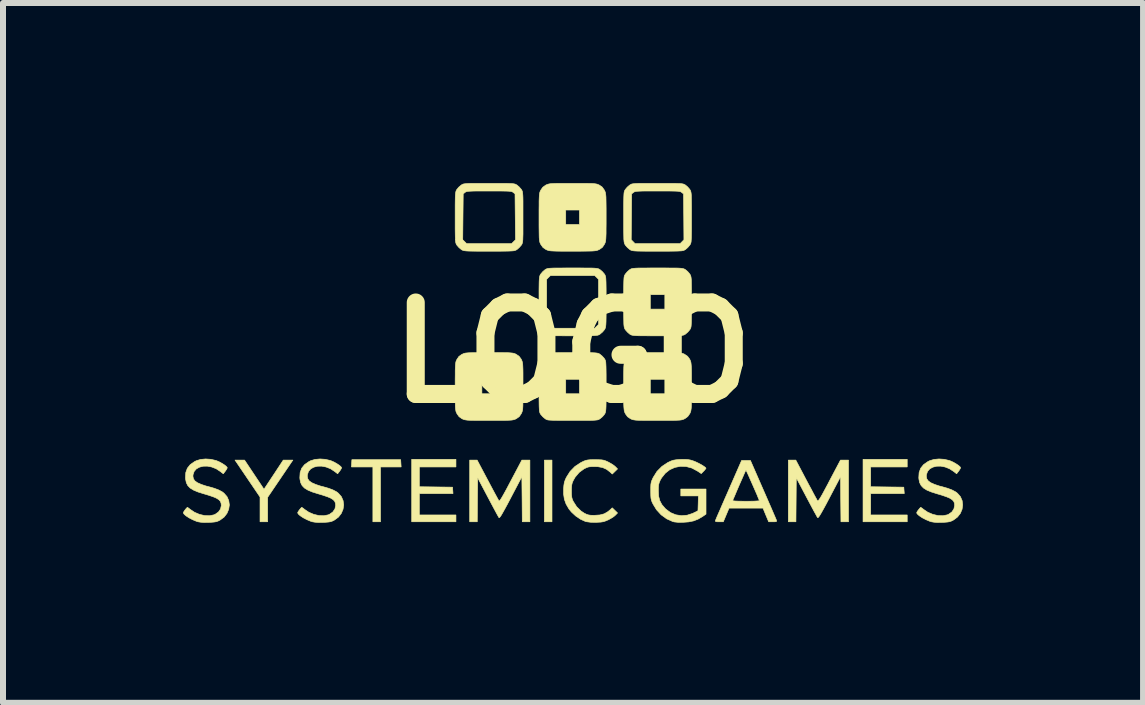
<source format=kicad_pcb>
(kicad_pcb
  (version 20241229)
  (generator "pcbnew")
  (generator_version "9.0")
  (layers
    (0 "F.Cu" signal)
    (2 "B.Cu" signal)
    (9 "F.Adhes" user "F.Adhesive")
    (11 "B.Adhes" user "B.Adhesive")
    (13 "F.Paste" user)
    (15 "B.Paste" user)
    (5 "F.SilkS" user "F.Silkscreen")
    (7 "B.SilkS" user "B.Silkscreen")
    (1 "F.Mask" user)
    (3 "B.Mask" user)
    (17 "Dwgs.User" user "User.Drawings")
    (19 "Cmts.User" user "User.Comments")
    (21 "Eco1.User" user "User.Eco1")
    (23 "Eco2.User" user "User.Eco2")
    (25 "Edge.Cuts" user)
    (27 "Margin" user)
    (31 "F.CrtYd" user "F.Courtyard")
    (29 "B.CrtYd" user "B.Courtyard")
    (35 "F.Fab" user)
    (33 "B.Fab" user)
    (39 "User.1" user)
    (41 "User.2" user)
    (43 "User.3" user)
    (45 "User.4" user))
  (footprint "LOGO"
    (layer "F.Cu")
    (at 6.489 2.824)
    (property "Reference" "LOGO" (at 0 0 0) (layer "F.SilkS") (effects (font (size 1.524 1.524) (thickness 0.3))))
    (attr through_hole)
    (fp_poly (pts (xy -0.343 2.819) (xy -0.47 2.819) (xy -0.47 1.791) (xy -0.343 1.791) (xy -0.343 2.819)) (stroke (width 0.01) (type solid)) (fill yes) (layer "F.SilkS"))
    (fp_poly (pts (xy -2.86 1.845) (xy -2.856 1.905) (xy -3.2 1.905) (xy -3.2 2.819) (xy -3.327 2.819) (xy -3.327 1.905) (xy -3.684 1.905) (xy -3.677 1.784) (xy -2.864 1.784) (xy -2.86 1.845)) (stroke (width 0.01) (type solid)) (fill yes) (layer "F.SilkS"))
    (fp_poly (pts (xy -1.943 1.905) (xy -2.553 1.905) (xy -2.553 2.235) (xy -2 2.242) (xy -1.992 2.349) (xy -2.553 2.349) (xy -2.553 2.705) (xy -1.943 2.705) (xy -1.943 2.819) (xy -2.68 2.819) (xy -2.68 1.778) (xy -1.943 1.778) (xy -1.943 1.905)) (stroke (width 0.01) (type solid)) (fill yes) (layer "F.SilkS"))
    (fp_poly (pts (xy 5.575 1.905) (xy 4.966 1.905) (xy 4.966 2.235) (xy 5.518 2.242) (xy 5.526 2.349) (xy 4.966 2.349) (xy 4.966 2.705) (xy 5.575 2.705) (xy 5.575 2.819) (xy 4.839 2.819) (xy 4.839 1.778) (xy 5.575 1.778) (xy 5.575 1.905)) (stroke (width 0.01) (type solid)) (fill yes) (layer "F.SilkS"))
    (fp_poly (pts (xy -5.303 2.034) (xy -5.141 2.277) (xy -4.98 2.034) (xy -4.82 1.791) (xy -4.74 1.791) (xy -4.66 1.791) (xy -4.87 2.101) (xy -5.08 2.411) (xy -5.08 2.819) (xy -5.207 2.819) (xy -5.207 2.406) (xy -5.416 2.098) (xy -5.624 1.791) (xy -5.465 1.791) (xy -5.303 2.034)) (stroke (width 0.01) (type solid)) (fill yes) (layer "F.SilkS"))
    (fp_poly (pts (xy -1.415 2.121) (xy -1.37 2.206) (xy -1.329 2.283) (xy -1.292 2.352) (xy -1.262 2.407) (xy -1.24 2.447) (xy -1.228 2.468) (xy -1.227 2.47) (xy -1.221 2.471) (xy -1.21 2.461) (xy -1.194 2.439) (xy -1.172 2.403) (xy -1.142 2.35) (xy -1.103 2.279) (xy -1.055 2.188) (xy -1.029 2.139) (xy -0.845 1.791) (xy -0.711 1.791) (xy -0.711 2.819) (xy -0.838 2.819) (xy -0.841 2.444) (xy -0.845 2.068) (xy -1.029 2.418) (xy -1.082 2.519) (xy -1.125 2.598) (xy -1.159 2.659) (xy -1.184 2.703) (xy -1.203 2.732) (xy -1.216 2.747) (xy -1.224 2.751) (xy -1.227 2.749) (xy -1.236 2.733) (xy -1.256 2.698) (xy -1.284 2.646) (xy -1.319 2.581) (xy -1.359 2.506) (xy -1.403 2.423) (xy -1.411 2.408) (xy -1.581 2.086) (xy -1.585 2.453) (xy -1.588 2.819) (xy -1.714 2.819) (xy -1.714 1.791) (xy -1.59 1.791) (xy -1.415 2.121)) (stroke (width 0.01) (type solid)) (fill yes) (layer "F.SilkS"))
    (fp_poly (pts (xy 3.893 2.121) (xy 3.938 2.206) (xy 3.98 2.283) (xy 4.016 2.352) (xy 4.046 2.407) (xy 4.068 2.447) (xy 4.08 2.468) (xy 4.082 2.47) (xy 4.088 2.471) (xy 4.098 2.461) (xy 4.114 2.439) (xy 4.137 2.403) (xy 4.167 2.35) (xy 4.205 2.279) (xy 4.254 2.188) (xy 4.279 2.139) (xy 4.463 1.791) (xy 4.597 1.791) (xy 4.597 2.819) (xy 4.471 2.819) (xy 4.467 2.444) (xy 4.464 2.068) (xy 4.28 2.418) (xy 4.227 2.519) (xy 4.184 2.598) (xy 4.15 2.659) (xy 4.124 2.703) (xy 4.105 2.732) (xy 4.093 2.747) (xy 4.084 2.751) (xy 4.082 2.749) (xy 4.072 2.733) (xy 4.053 2.698) (xy 4.024 2.646) (xy 3.989 2.581) (xy 3.949 2.506) (xy 3.905 2.423) (xy 3.897 2.408) (xy 3.727 2.086) (xy 3.724 2.453) (xy 3.721 2.819) (xy 3.594 2.819) (xy 3.594 1.791) (xy 3.719 1.791) (xy 3.893 2.121)) (stroke (width 0.01) (type solid)) (fill yes) (layer "F.SilkS"))
    (fp_poly (pts (xy 3.177 2.286) (xy 3.223 2.391) (xy 3.266 2.49) (xy 3.305 2.579) (xy 3.338 2.656) (xy 3.365 2.719) (xy 3.385 2.765) (xy 3.396 2.792) (xy 3.398 2.797) (xy 3.399 2.81) (xy 3.388 2.817) (xy 3.359 2.819) (xy 3.336 2.819) (xy 3.267 2.819) (xy 3.219 2.705) (xy 3.172 2.591) (xy 2.607 2.591) (xy 2.559 2.705) (xy 2.511 2.819) (xy 2.442 2.819) (xy 2.403 2.818) (xy 2.383 2.814) (xy 2.379 2.805) (xy 2.38 2.797) (xy 2.387 2.781) (xy 2.402 2.744) (xy 2.426 2.689) (xy 2.457 2.619) (xy 2.493 2.535) (xy 2.523 2.467) (xy 2.667 2.467) (xy 2.679 2.47) (xy 2.712 2.473) (xy 2.763 2.475) (xy 2.827 2.476) (xy 2.889 2.477) (xy 2.961 2.476) (xy 3.023 2.475) (xy 3.072 2.472) (xy 3.103 2.47) (xy 3.111 2.467) (xy 3.107 2.453) (xy 3.093 2.42) (xy 3.074 2.372) (xy 3.049 2.315) (xy 3.021 2.251) (xy 2.992 2.185) (xy 2.963 2.12) (xy 2.937 2.061) (xy 2.915 2.012) (xy 2.898 1.977) (xy 2.889 1.96) (xy 2.888 1.959) (xy 2.881 1.972) (xy 2.866 2.004) (xy 2.845 2.052) (xy 2.82 2.109) (xy 2.791 2.174) (xy 2.762 2.241) (xy 2.734 2.306) (xy 2.709 2.366) (xy 2.688 2.415) (xy 2.673 2.45) (xy 2.667 2.466) (xy 2.667 2.467) (xy 2.523 2.467) (xy 2.534 2.441) (xy 2.579 2.339) (xy 2.602 2.286) (xy 2.816 1.797) (xy 2.963 1.797) (xy 3.177 2.286)) (stroke (width 0.01) (type solid)) (fill yes) (layer "F.SilkS"))
    (fp_poly (pts (xy 1.919 1.782) (xy 1.964 1.79) (xy 2.007 1.803) (xy 2.05 1.82) (xy 2.098 1.843) (xy 2.145 1.868) (xy 2.185 1.893) (xy 2.213 1.914) (xy 2.223 1.927) (xy 2.214 1.94) (xy 2.194 1.965) (xy 2.183 1.976) (xy 2.144 2.016) (xy 2.081 1.974) (xy 1.988 1.924) (xy 1.892 1.898) (xy 1.796 1.895) (xy 1.704 1.913) (xy 1.619 1.951) (xy 1.544 2.01) (xy 1.482 2.088) (xy 1.46 2.127) (xy 1.444 2.164) (xy 1.434 2.201) (xy 1.43 2.245) (xy 1.429 2.305) (xy 1.434 2.394) (xy 1.453 2.467) (xy 1.487 2.532) (xy 1.541 2.595) (xy 1.552 2.606) (xy 1.63 2.665) (xy 1.718 2.702) (xy 1.812 2.717) (xy 1.909 2.709) (xy 2.004 2.678) (xy 2.015 2.672) (xy 2.089 2.635) (xy 2.093 2.511) (xy 2.096 2.388) (xy 1.803 2.388) (xy 1.803 2.273) (xy 2.223 2.273) (xy 2.223 2.691) (xy 2.167 2.73) (xy 2.092 2.774) (xy 2.016 2.804) (xy 1.932 2.821) (xy 1.848 2.827) (xy 1.758 2.828) (xy 1.692 2.821) (xy 1.667 2.814) (xy 1.567 2.769) (xy 1.475 2.702) (xy 1.398 2.618) (xy 1.343 2.528) (xy 1.324 2.49) (xy 1.313 2.458) (xy 1.306 2.425) (xy 1.303 2.384) (xy 1.302 2.327) (xy 1.302 2.305) (xy 1.302 2.242) (xy 1.304 2.197) (xy 1.31 2.162) (xy 1.32 2.131) (xy 1.336 2.095) (xy 1.344 2.079) (xy 1.406 1.98) (xy 1.488 1.897) (xy 1.584 1.833) (xy 1.596 1.827) (xy 1.641 1.806) (xy 1.68 1.793) (xy 1.722 1.786) (xy 1.777 1.781) (xy 1.802 1.78) (xy 1.869 1.779) (xy 1.919 1.782)) (stroke (width 0.01) (type solid)) (fill yes) (layer "F.SilkS"))
    (fp_poly (pts (xy 0.438 1.785) (xy 0.483 1.787) (xy 0.518 1.793) (xy 0.549 1.803) (xy 0.585 1.819) (xy 0.597 1.825) (xy 0.644 1.851) (xy 0.687 1.879) (xy 0.714 1.902) (xy 0.749 1.938) (xy 0.705 1.981) (xy 0.661 2.024) (xy 0.626 1.991) (xy 0.565 1.944) (xy 0.5 1.915) (xy 0.423 1.901) (xy 0.368 1.899) (xy 0.312 1.9) (xy 0.271 1.904) (xy 0.238 1.914) (xy 0.203 1.931) (xy 0.192 1.936) (xy 0.11 1.996) (xy 0.043 2.075) (xy 0.01 2.133) (xy -0.005 2.168) (xy -0.014 2.206) (xy -0.018 2.254) (xy -0.019 2.305) (xy -0.018 2.367) (xy -0.013 2.412) (xy -0.003 2.449) (xy 0.01 2.477) (xy 0.067 2.567) (xy 0.14 2.639) (xy 0.192 2.674) (xy 0.23 2.693) (xy 0.263 2.704) (xy 0.3 2.71) (xy 0.352 2.711) (xy 0.368 2.711) (xy 0.456 2.705) (xy 0.527 2.686) (xy 0.589 2.65) (xy 0.626 2.619) (xy 0.661 2.586) (xy 0.705 2.629) (xy 0.749 2.672) (xy 0.714 2.708) (xy 0.685 2.733) (xy 0.641 2.761) (xy 0.597 2.785) (xy 0.553 2.804) (xy 0.514 2.817) (xy 0.471 2.824) (xy 0.415 2.827) (xy 0.394 2.828) (xy 0.303 2.827) (xy 0.234 2.818) (xy 0.213 2.813) (xy 0.132 2.776) (xy 0.052 2.722) (xy -0.019 2.656) (xy -0.06 2.606) (xy -0.108 2.524) (xy -0.137 2.443) (xy -0.15 2.355) (xy -0.15 2.273) (xy -0.145 2.211) (xy -0.137 2.163) (xy -0.122 2.119) (xy -0.103 2.078) (xy -0.041 1.98) (xy 0.04 1.897) (xy 0.137 1.833) (xy 0.149 1.827) (xy 0.188 1.808) (xy 0.22 1.796) (xy 0.253 1.789) (xy 0.293 1.785) (xy 0.349 1.784) (xy 0.375 1.784) (xy 0.438 1.785)) (stroke (width 0.01) (type solid)) (fill yes) (layer "F.SilkS"))
    (fp_poly (pts (xy -6.026 1.778) (xy -5.944 1.797) (xy -5.929 1.802) (xy -5.881 1.823) (xy -5.834 1.849) (xy -5.793 1.876) (xy -5.765 1.9) (xy -5.753 1.918) (xy -5.753 1.919) (xy -5.76 1.936) (xy -5.778 1.965) (xy -5.786 1.976) (xy -5.819 2.019) (xy -5.868 1.981) (xy -5.938 1.935) (xy -6.012 1.906) (xy -6.085 1.892) (xy -6.154 1.893) (xy -6.216 1.909) (xy -6.267 1.937) (xy -6.304 1.979) (xy -6.323 2.034) (xy -6.325 2.06) (xy -6.317 2.101) (xy -6.294 2.136) (xy -6.252 2.167) (xy -6.19 2.195) (xy -6.106 2.223) (xy -6.062 2.234) (xy -5.968 2.261) (xy -5.895 2.289) (xy -5.838 2.319) (xy -5.807 2.343) (xy -5.757 2.4) (xy -5.728 2.466) (xy -5.718 2.538) (xy -5.729 2.61) (xy -5.758 2.679) (xy -5.805 2.74) (xy -5.87 2.788) (xy -5.871 2.789) (xy -5.904 2.806) (xy -5.935 2.817) (xy -5.971 2.823) (xy -6.019 2.827) (xy -6.071 2.829) (xy -6.142 2.83) (xy -6.196 2.826) (xy -6.239 2.819) (xy -6.268 2.81) (xy -6.33 2.784) (xy -6.39 2.753) (xy -6.44 2.72) (xy -6.469 2.695) (xy -6.482 2.677) (xy -6.484 2.663) (xy -6.471 2.642) (xy -6.458 2.623) (xy -6.436 2.596) (xy -6.42 2.58) (xy -6.417 2.578) (xy -6.404 2.586) (xy -6.38 2.604) (xy -6.372 2.611) (xy -6.299 2.66) (xy -6.217 2.695) (xy -6.131 2.715) (xy -6.049 2.718) (xy -5.975 2.703) (xy -5.954 2.694) (xy -5.9 2.656) (xy -5.865 2.606) (xy -5.852 2.549) (xy -5.852 2.547) (xy -5.856 2.509) (xy -5.868 2.478) (xy -5.893 2.451) (xy -5.932 2.426) (xy -5.988 2.402) (xy -6.065 2.376) (xy -6.139 2.354) (xy -6.239 2.323) (xy -6.315 2.291) (xy -6.372 2.256) (xy -6.411 2.215) (xy -6.435 2.167) (xy -6.447 2.109) (xy -6.449 2.084) (xy -6.444 1.999) (xy -6.418 1.927) (xy -6.37 1.867) (xy -6.299 1.817) (xy -6.267 1.801) (xy -6.197 1.78) (xy -6.113 1.772) (xy -6.026 1.778)) (stroke (width 0.01) (type solid)) (fill yes) (layer "F.SilkS"))
    (fp_poly (pts (xy -4.121 1.778) (xy -4.039 1.797) (xy -4.024 1.802) (xy -3.976 1.823) (xy -3.929 1.849) (xy -3.888 1.876) (xy -3.86 1.9) (xy -3.848 1.918) (xy -3.848 1.919) (xy -3.855 1.936) (xy -3.873 1.965) (xy -3.881 1.976) (xy -3.914 2.019) (xy -3.963 1.981) (xy -4.033 1.935) (xy -4.107 1.906) (xy -4.18 1.892) (xy -4.249 1.893) (xy -4.311 1.909) (xy -4.362 1.937) (xy -4.399 1.979) (xy -4.418 2.034) (xy -4.42 2.06) (xy -4.412 2.101) (xy -4.389 2.136) (xy -4.347 2.167) (xy -4.285 2.195) (xy -4.201 2.223) (xy -4.157 2.234) (xy -4.063 2.261) (xy -3.99 2.289) (xy -3.933 2.319) (xy -3.902 2.343) (xy -3.852 2.4) (xy -3.823 2.466) (xy -3.813 2.538) (xy -3.824 2.61) (xy -3.853 2.679) (xy -3.9 2.74) (xy -3.965 2.788) (xy -3.966 2.789) (xy -3.999 2.806) (xy -4.03 2.817) (xy -4.066 2.823) (xy -4.114 2.827) (xy -4.166 2.829) (xy -4.237 2.83) (xy -4.291 2.826) (xy -4.334 2.819) (xy -4.363 2.81) (xy -4.425 2.784) (xy -4.485 2.753) (xy -4.535 2.72) (xy -4.564 2.695) (xy -4.577 2.677) (xy -4.579 2.663) (xy -4.566 2.642) (xy -4.553 2.623) (xy -4.531 2.596) (xy -4.515 2.58) (xy -4.512 2.578) (xy -4.499 2.586) (xy -4.475 2.604) (xy -4.467 2.611) (xy -4.394 2.66) (xy -4.312 2.695) (xy -4.226 2.715) (xy -4.144 2.718) (xy -4.07 2.703) (xy -4.049 2.694) (xy -3.995 2.656) (xy -3.96 2.606) (xy -3.947 2.549) (xy -3.947 2.547) (xy -3.951 2.509) (xy -3.963 2.478) (xy -3.988 2.451) (xy -4.027 2.426) (xy -4.083 2.402) (xy -4.16 2.376) (xy -4.234 2.354) (xy -4.334 2.323) (xy -4.41 2.291) (xy -4.467 2.256) (xy -4.506 2.215) (xy -4.53 2.167) (xy -4.542 2.109) (xy -4.544 2.084) (xy -4.539 1.999) (xy -4.513 1.927) (xy -4.465 1.867) (xy -4.394 1.817) (xy -4.362 1.801) (xy -4.292 1.78) (xy -4.208 1.772) (xy -4.121 1.778)) (stroke (width 0.01) (type solid)) (fill yes) (layer "F.SilkS"))
    (fp_poly (pts (xy 6.191 1.778) (xy 6.273 1.797) (xy 6.288 1.802) (xy 6.336 1.823) (xy 6.383 1.849) (xy 6.424 1.876) (xy 6.453 1.9) (xy 6.464 1.918) (xy 6.464 1.919) (xy 6.457 1.936) (xy 6.439 1.965) (xy 6.431 1.976) (xy 6.398 2.019) (xy 6.35 1.981) (xy 6.279 1.935) (xy 6.206 1.906) (xy 6.133 1.892) (xy 6.064 1.893) (xy 6.002 1.909) (xy 5.951 1.937) (xy 5.914 1.979) (xy 5.895 2.034) (xy 5.893 2.06) (xy 5.9 2.101) (xy 5.924 2.136) (xy 5.965 2.167) (xy 6.027 2.195) (xy 6.111 2.223) (xy 6.155 2.234) (xy 6.249 2.261) (xy 6.322 2.289) (xy 6.379 2.319) (xy 6.411 2.343) (xy 6.461 2.4) (xy 6.49 2.466) (xy 6.499 2.538) (xy 6.489 2.61) (xy 6.46 2.679) (xy 6.412 2.74) (xy 6.348 2.788) (xy 6.346 2.789) (xy 6.313 2.806) (xy 6.282 2.817) (xy 6.246 2.823) (xy 6.198 2.827) (xy 6.147 2.829) (xy 6.075 2.83) (xy 6.022 2.826) (xy 5.979 2.819) (xy 5.95 2.81) (xy 5.888 2.784) (xy 5.828 2.753) (xy 5.778 2.72) (xy 5.749 2.695) (xy 5.735 2.677) (xy 5.734 2.663) (xy 5.746 2.642) (xy 5.76 2.623) (xy 5.782 2.596) (xy 5.797 2.58) (xy 5.8 2.578) (xy 5.813 2.586) (xy 5.837 2.604) (xy 5.845 2.611) (xy 5.918 2.66) (xy 6.001 2.695) (xy 6.086 2.715) (xy 6.169 2.718) (xy 6.243 2.703) (xy 6.264 2.694) (xy 6.318 2.656) (xy 6.352 2.606) (xy 6.365 2.549) (xy 6.365 2.547) (xy 6.362 2.509) (xy 6.349 2.478) (xy 6.324 2.451) (xy 6.285 2.426) (xy 6.229 2.402) (xy 6.153 2.376) (xy 6.078 2.354) (xy 5.979 2.323) (xy 5.902 2.291) (xy 5.846 2.256) (xy 5.807 2.215) (xy 5.782 2.167) (xy 5.77 2.109) (xy 5.768 2.084) (xy 5.773 1.999) (xy 5.799 1.927) (xy 5.847 1.867) (xy 5.918 1.817) (xy 5.95 1.801) (xy 6.021 1.78) (xy 6.104 1.772) (xy 6.191 1.778)) (stroke (width 0.01) (type solid)) (fill yes) (layer "F.SilkS"))
    (fp_poly (pts (xy -1.28 0.000058) (xy -1.192 0.00036) (xy -1.123 0.001) (xy -1.07 0.002) (xy -1.031 0.005) (xy -1.001 0.008) (xy -0.98 0.012) (xy -0.962 0.018) (xy -0.946 0.025) (xy -0.939 0.029) (xy -0.891 0.062) (xy -0.857 0.108) (xy -0.854 0.114) (xy -0.846 0.131) (xy -0.84 0.147) (xy -0.835 0.167) (xy -0.831 0.193) (xy -0.829 0.228) (xy -0.827 0.276) (xy -0.826 0.338) (xy -0.826 0.419) (xy -0.826 0.521) (xy -0.826 0.565) (xy -0.826 0.676) (xy -0.826 0.764) (xy -0.827 0.833) (xy -0.828 0.886) (xy -0.83 0.925) (xy -0.833 0.954) (xy -0.838 0.976) (xy -0.844 0.994) (xy -0.851 1.01) (xy -0.854 1.016) (xy -0.887 1.065) (xy -0.934 1.099) (xy -0.939 1.102) (xy -0.956 1.11) (xy -0.973 1.116) (xy -0.993 1.121) (xy -1.019 1.125) (xy -1.054 1.127) (xy -1.101 1.129) (xy -1.164 1.13) (xy -1.245 1.13) (xy -1.347 1.13) (xy -1.391 1.13) (xy -1.501 1.13) (xy -1.59 1.13) (xy -1.659 1.129) (xy -1.711 1.128) (xy -1.751 1.126) (xy -1.78 1.122) (xy -1.802 1.118) (xy -1.819 1.112) (xy -1.836 1.105) (xy -1.842 1.102) (xy -1.89 1.069) (xy -1.924 1.022) (xy -1.927 1.016) (xy -1.935 1) (xy -1.942 0.983) (xy -1.946 0.963) (xy -1.95 0.937) (xy -1.953 0.902) (xy -1.954 0.855) (xy -1.955 0.792) (xy -1.956 0.711) (xy -1.956 0.609) (xy -1.956 0.565) (xy -1.956 0.454) (xy -1.956 0.445) (xy -1.511 0.445) (xy -1.511 0.686) (xy -1.27 0.686) (xy -1.27 0.445) (xy -1.511 0.445) (xy -1.956 0.445) (xy -1.955 0.366) (xy -1.955 0.297) (xy -1.953 0.244) (xy -1.951 0.205) (xy -1.948 0.176) (xy -1.944 0.154) (xy -1.938 0.137) (xy -1.93 0.12) (xy -1.927 0.114) (xy -1.894 0.065) (xy -1.847 0.031) (xy -1.842 0.029) (xy -1.825 0.021) (xy -1.809 0.014) (xy -1.789 0.009) (xy -1.763 0.006) (xy -1.727 0.003) (xy -1.68 0.002) (xy -1.618 0.001) (xy -1.537 0.000132) (xy -1.435 0.000005) (xy -1.391 0) (xy -1.28 0.000058)) (stroke (width 0.01) (type solid)) (fill yes) (layer "F.SilkS"))
    (fp_poly (pts (xy 0.11 -2.819) (xy 0.197 -2.819) (xy 0.265 -2.818) (xy 0.317 -2.817) (xy 0.356 -2.815) (xy 0.384 -2.811) (xy 0.406 -2.807) (xy 0.423 -2.801) (xy 0.44 -2.793) (xy 0.445 -2.791) (xy 0.493 -2.758) (xy 0.527 -2.711) (xy 0.53 -2.706) (xy 0.538 -2.689) (xy 0.545 -2.672) (xy 0.549 -2.652) (xy 0.553 -2.626) (xy 0.556 -2.591) (xy 0.557 -2.544) (xy 0.558 -2.481) (xy 0.559 -2.4) (xy 0.559 -2.298) (xy 0.559 -2.254) (xy 0.559 -2.144) (xy 0.558 -2.055) (xy 0.558 -1.986) (xy 0.556 -1.934) (xy 0.554 -1.894) (xy 0.551 -1.865) (xy 0.547 -1.843) (xy 0.541 -1.826) (xy 0.533 -1.809) (xy 0.53 -1.803) (xy 0.497 -1.754) (xy 0.45 -1.72) (xy 0.445 -1.718) (xy 0.428 -1.71) (xy 0.411 -1.703) (xy 0.391 -1.698) (xy 0.365 -1.695) (xy 0.329 -1.692) (xy 0.282 -1.691) (xy 0.218 -1.69) (xy 0.137 -1.689) (xy 0.034 -1.689) (xy 0 -1.689) (xy -0.11 -1.689) (xy -0.197 -1.689) (xy -0.265 -1.69) (xy -0.317 -1.692) (xy -0.356 -1.694) (xy -0.384 -1.697) (xy -0.406 -1.702) (xy -0.423 -1.708) (xy -0.44 -1.715) (xy -0.445 -1.718) (xy -0.493 -1.751) (xy -0.527 -1.798) (xy -0.53 -1.803) (xy -0.538 -1.82) (xy -0.545 -1.836) (xy -0.549 -1.856) (xy -0.553 -1.882) (xy -0.556 -1.917) (xy -0.557 -1.965) (xy -0.558 -2.027) (xy -0.559 -2.108) (xy -0.559 -2.21) (xy -0.559 -2.254) (xy -0.559 -2.365) (xy -0.559 -2.375) (xy -0.114 -2.375) (xy -0.114 -2.134) (xy 0.114 -2.134) (xy 0.114 -2.375) (xy -0.114 -2.375) (xy -0.559 -2.375) (xy -0.558 -2.453) (xy -0.558 -2.522) (xy -0.556 -2.575) (xy -0.554 -2.614) (xy -0.551 -2.643) (xy -0.547 -2.665) (xy -0.541 -2.683) (xy -0.533 -2.699) (xy -0.53 -2.706) (xy -0.497 -2.754) (xy -0.45 -2.788) (xy -0.445 -2.791) (xy -0.428 -2.799) (xy -0.411 -2.805) (xy -0.391 -2.81) (xy -0.365 -2.814) (xy -0.329 -2.816) (xy -0.282 -2.818) (xy -0.218 -2.819) (xy -0.137 -2.819) (xy -0.034 -2.819) (xy -0.000001 -2.819) (xy 0.11 -2.819)) (stroke (width 0.01) (type solid)) (fill yes) (layer "F.SilkS"))
    (fp_poly (pts (xy 0.114 0.000039) (xy 0.205 0.000275) (xy 0.276 0.001) (xy 0.331 0.002) (xy 0.371 0.004) (xy 0.4 0.007) (xy 0.421 0.011) (xy 0.436 0.016) (xy 0.448 0.022) (xy 0.458 0.029) (xy 0.495 0.06) (xy 0.528 0.097) (xy 0.53 0.101) (xy 0.538 0.113) (xy 0.544 0.125) (xy 0.549 0.141) (xy 0.553 0.163) (xy 0.555 0.194) (xy 0.557 0.237) (xy 0.558 0.294) (xy 0.559 0.369) (xy 0.559 0.463) (xy 0.559 0.565) (xy 0.559 0.68) (xy 0.559 0.772) (xy 0.558 0.844) (xy 0.557 0.899) (xy 0.555 0.94) (xy 0.552 0.97) (xy 0.548 0.991) (xy 0.543 1.007) (xy 0.537 1.019) (xy 0.53 1.03) (xy 0.499 1.067) (xy 0.461 1.099) (xy 0.458 1.101) (xy 0.446 1.109) (xy 0.433 1.116) (xy 0.417 1.121) (xy 0.395 1.124) (xy 0.364 1.127) (xy 0.321 1.129) (xy 0.263 1.13) (xy 0.188 1.13) (xy 0.092 1.13) (xy 0 1.13) (xy -0.114 1.13) (xy -0.205 1.13) (xy -0.276 1.129) (xy -0.331 1.128) (xy -0.371 1.126) (xy -0.4 1.124) (xy -0.421 1.12) (xy -0.436 1.114) (xy -0.448 1.108) (xy -0.458 1.101) (xy -0.495 1.07) (xy -0.528 1.033) (xy -0.53 1.03) (xy -0.538 1.018) (xy -0.544 1.005) (xy -0.549 0.989) (xy -0.553 0.967) (xy -0.555 0.936) (xy -0.557 0.893) (xy -0.558 0.836) (xy -0.559 0.762) (xy -0.559 0.667) (xy -0.559 0.565) (xy -0.559 0.451) (xy -0.559 0.445) (xy -0.114 0.445) (xy -0.114 0.686) (xy 0.114 0.686) (xy 0.114 0.445) (xy -0.114 0.445) (xy -0.559 0.445) (xy -0.559 0.359) (xy -0.558 0.286) (xy -0.557 0.231) (xy -0.555 0.19) (xy -0.552 0.16) (xy -0.548 0.139) (xy -0.543 0.124) (xy -0.537 0.111) (xy -0.53 0.101) (xy -0.499 0.064) (xy -0.461 0.031) (xy -0.458 0.029) (xy -0.446 0.021) (xy -0.433 0.015) (xy -0.417 0.01) (xy -0.395 0.006) (xy -0.364 0.003) (xy -0.321 0.002) (xy -0.263 0.001) (xy -0.188 0.000202) (xy -0.092 0.00002) (xy 0 0) (xy 0.114 0.000039)) (stroke (width 0.01) (type solid)) (fill yes) (layer "F.SilkS"))
    (fp_poly (pts (xy 1.527 0.000058) (xy 1.615 0.00036) (xy 1.684 0.001) (xy 1.737 0.002) (xy 1.776 0.005) (xy 1.805 0.008) (xy 1.827 0.012) (xy 1.845 0.018) (xy 1.861 0.025) (xy 1.867 0.029) (xy 1.916 0.062) (xy 1.95 0.108) (xy 1.953 0.114) (xy 1.961 0.131) (xy 1.967 0.147) (xy 1.972 0.167) (xy 1.975 0.193) (xy 1.978 0.228) (xy 1.98 0.276) (xy 1.981 0.338) (xy 1.981 0.419) (xy 1.981 0.521) (xy 1.981 0.565) (xy 1.981 0.676) (xy 1.981 0.764) (xy 1.98 0.833) (xy 1.979 0.886) (xy 1.977 0.925) (xy 1.973 0.954) (xy 1.969 0.976) (xy 1.963 0.994) (xy 1.956 1.01) (xy 1.953 1.016) (xy 1.919 1.065) (xy 1.873 1.099) (xy 1.867 1.102) (xy 1.851 1.11) (xy 1.834 1.116) (xy 1.814 1.121) (xy 1.788 1.125) (xy 1.753 1.127) (xy 1.705 1.129) (xy 1.643 1.13) (xy 1.562 1.13) (xy 1.46 1.13) (xy 1.416 1.13) (xy 1.305 1.13) (xy 1.217 1.13) (xy 1.148 1.129) (xy 1.095 1.128) (xy 1.056 1.126) (xy 1.027 1.122) (xy 1.005 1.118) (xy 0.987 1.112) (xy 0.971 1.105) (xy 0.965 1.102) (xy 0.916 1.069) (xy 0.882 1.022) (xy 0.879 1.016) (xy 0.871 1) (xy 0.865 0.983) (xy 0.86 0.963) (xy 0.857 0.937) (xy 0.854 0.902) (xy 0.852 0.855) (xy 0.851 0.792) (xy 0.851 0.711) (xy 0.851 0.609) (xy 0.851 0.565) (xy 0.851 0.454) (xy 0.851 0.445) (xy 1.295 0.445) (xy 1.295 0.686) (xy 1.537 0.686) (xy 1.537 0.445) (xy 1.295 0.445) (xy 0.851 0.445) (xy 0.851 0.366) (xy 0.852 0.297) (xy 0.853 0.244) (xy 0.856 0.205) (xy 0.859 0.176) (xy 0.863 0.154) (xy 0.869 0.137) (xy 0.876 0.12) (xy 0.879 0.114) (xy 0.913 0.065) (xy 0.959 0.031) (xy 0.965 0.029) (xy 0.981 0.021) (xy 0.998 0.014) (xy 1.018 0.009) (xy 1.044 0.006) (xy 1.079 0.003) (xy 1.127 0.002) (xy 1.189 0.001) (xy 1.27 0.000132) (xy 1.372 0.000005) (xy 1.416 0) (xy 1.527 0.000058)) (stroke (width 0.01) (type solid)) (fill yes) (layer "F.SilkS"))
    (fp_poly (pts (xy 1.531 -1.41) (xy 1.623 -1.409) (xy 1.695 -1.409) (xy 1.75 -1.408) (xy 1.791 -1.406) (xy 1.821 -1.403) (xy 1.842 -1.399) (xy 1.857 -1.394) (xy 1.87 -1.388) (xy 1.881 -1.381) (xy 1.918 -1.35) (xy 1.95 -1.312) (xy 1.952 -1.309) (xy 1.96 -1.297) (xy 1.966 -1.284) (xy 1.971 -1.268) (xy 1.975 -1.246) (xy 1.978 -1.215) (xy 1.979 -1.173) (xy 1.98 -1.116) (xy 1.981 -1.041) (xy 1.981 -0.946) (xy 1.981 -0.845) (xy 1.981 -0.73) (xy 1.981 -0.638) (xy 1.98 -0.566) (xy 1.979 -0.511) (xy 1.977 -0.469) (xy 1.975 -0.44) (xy 1.971 -0.419) (xy 1.966 -0.403) (xy 1.959 -0.391) (xy 1.952 -0.38) (xy 1.921 -0.343) (xy 1.884 -0.311) (xy 1.881 -0.308) (xy 1.868 -0.3) (xy 1.856 -0.294) (xy 1.84 -0.289) (xy 1.818 -0.286) (xy 1.787 -0.283) (xy 1.744 -0.281) (xy 1.687 -0.28) (xy 1.613 -0.28) (xy 1.518 -0.279) (xy 1.416 -0.279) (xy 1.301 -0.279) (xy 1.209 -0.28) (xy 1.137 -0.28) (xy 1.082 -0.281) (xy 1.041 -0.283) (xy 1.011 -0.286) (xy 0.99 -0.29) (xy 0.975 -0.295) (xy 0.962 -0.301) (xy 0.952 -0.308) (xy 0.915 -0.34) (xy 0.882 -0.377) (xy 0.88 -0.38) (xy 0.872 -0.392) (xy 0.866 -0.405) (xy 0.861 -0.421) (xy 0.857 -0.443) (xy 0.854 -0.474) (xy 0.853 -0.516) (xy 0.852 -0.574) (xy 0.851 -0.648) (xy 0.851 -0.743) (xy 0.851 -0.845) (xy 0.851 -0.959) (xy 0.851 -0.965) (xy 1.295 -0.965) (xy 1.295 -0.724) (xy 1.537 -0.724) (xy 1.537 -0.965) (xy 1.295 -0.965) (xy 0.851 -0.965) (xy 0.851 -1.051) (xy 0.852 -1.123) (xy 0.853 -1.179) (xy 0.855 -1.22) (xy 0.857 -1.249) (xy 0.861 -1.271) (xy 0.866 -1.286) (xy 0.873 -1.298) (xy 0.88 -1.309) (xy 0.911 -1.346) (xy 0.948 -1.379) (xy 0.952 -1.381) (xy 0.964 -1.389) (xy 0.976 -1.395) (xy 0.992 -1.4) (xy 1.014 -1.403) (xy 1.045 -1.406) (xy 1.088 -1.408) (xy 1.145 -1.409) (xy 1.22 -1.409) (xy 1.314 -1.41) (xy 1.416 -1.41) (xy 1.531 -1.41)) (stroke (width 0.01) (type solid)) (fill yes) (layer "F.SilkS"))
    (fp_poly (pts (xy 0.114 -1.41) (xy 0.205 -1.409) (xy 0.276 -1.409) (xy 0.331 -1.408) (xy 0.371 -1.406) (xy 0.4 -1.403) (xy 0.421 -1.399) (xy 0.436 -1.394) (xy 0.448 -1.387) (xy 0.458 -1.381) (xy 0.495 -1.35) (xy 0.528 -1.312) (xy 0.53 -1.309) (xy 0.538 -1.297) (xy 0.544 -1.284) (xy 0.549 -1.268) (xy 0.553 -1.246) (xy 0.555 -1.215) (xy 0.557 -1.173) (xy 0.558 -1.116) (xy 0.559 -1.041) (xy 0.559 -0.946) (xy 0.559 -0.845) (xy 0.559 -0.73) (xy 0.559 -0.638) (xy 0.558 -0.566) (xy 0.557 -0.511) (xy 0.555 -0.469) (xy 0.552 -0.44) (xy 0.548 -0.419) (xy 0.543 -0.403) (xy 0.537 -0.391) (xy 0.53 -0.38) (xy 0.499 -0.343) (xy 0.461 -0.311) (xy 0.458 -0.308) (xy 0.446 -0.3) (xy 0.433 -0.294) (xy 0.417 -0.289) (xy 0.395 -0.286) (xy 0.364 -0.283) (xy 0.321 -0.281) (xy 0.263 -0.28) (xy 0.188 -0.28) (xy 0.092 -0.279) (xy 0 -0.279) (xy -0.114 -0.279) (xy -0.205 -0.28) (xy -0.276 -0.28) (xy -0.331 -0.281) (xy -0.371 -0.283) (xy -0.4 -0.286) (xy -0.421 -0.29) (xy -0.436 -0.295) (xy -0.448 -0.302) (xy -0.458 -0.308) (xy -0.495 -0.34) (xy -0.528 -0.377) (xy -0.53 -0.38) (xy -0.538 -0.392) (xy -0.544 -0.405) (xy -0.549 -0.421) (xy -0.553 -0.443) (xy -0.555 -0.474) (xy -0.557 -0.516) (xy -0.558 -0.574) (xy -0.559 -0.648) (xy -0.559 -0.743) (xy -0.559 -0.845) (xy -0.559 -0.959) (xy -0.559 -1.051) (xy -0.558 -1.123) (xy -0.557 -1.179) (xy -0.555 -1.22) (xy -0.555 -1.22) (xy -0.432 -1.22) (xy -0.432 -0.469) (xy -0.401 -0.438) (xy -0.369 -0.406) (xy 0.369 -0.406) (xy 0.432 -0.469) (xy 0.432 -1.22) (xy 0.401 -1.252) (xy 0.369 -1.283) (xy -0.369 -1.283) (xy -0.401 -1.252) (xy -0.432 -1.22) (xy -0.555 -1.22) (xy -0.552 -1.249) (xy -0.548 -1.271) (xy -0.543 -1.286) (xy -0.537 -1.298) (xy -0.53 -1.309) (xy -0.499 -1.346) (xy -0.461 -1.379) (xy -0.458 -1.381) (xy -0.446 -1.389) (xy -0.433 -1.395) (xy -0.417 -1.4) (xy -0.395 -1.404) (xy -0.364 -1.406) (xy -0.321 -1.408) (xy -0.263 -1.409) (xy -0.188 -1.409) (xy -0.092 -1.41) (xy 0 -1.41) (xy 0.114 -1.41)) (stroke (width 0.01) (type solid)) (fill yes) (layer "F.SilkS"))
    (fp_poly (pts (xy -1.276 -2.819) (xy -1.184 -2.819) (xy -1.112 -2.819) (xy -1.057 -2.817) (xy -1.016 -2.816) (xy -0.986 -2.813) (xy -0.965 -2.809) (xy -0.949 -2.804) (xy -0.937 -2.797) (xy -0.926 -2.791) (xy -0.889 -2.759) (xy -0.857 -2.722) (xy -0.854 -2.719) (xy -0.847 -2.707) (xy -0.84 -2.694) (xy -0.835 -2.678) (xy -0.832 -2.656) (xy -0.829 -2.625) (xy -0.827 -2.582) (xy -0.826 -2.525) (xy -0.826 -2.451) (xy -0.826 -2.356) (xy -0.826 -2.254) (xy -0.826 -2.14) (xy -0.826 -2.048) (xy -0.826 -1.975) (xy -0.828 -1.92) (xy -0.829 -1.879) (xy -0.832 -1.849) (xy -0.836 -1.828) (xy -0.841 -1.813) (xy -0.847 -1.8) (xy -0.854 -1.79) (xy -0.886 -1.753) (xy -0.923 -1.72) (xy -0.926 -1.718) (xy -0.938 -1.71) (xy -0.951 -1.704) (xy -0.967 -1.699) (xy -0.989 -1.695) (xy -1.02 -1.693) (xy -1.063 -1.691) (xy -1.12 -1.69) (xy -1.194 -1.689) (xy -1.289 -1.689) (xy -1.391 -1.689) (xy -1.505 -1.689) (xy -1.597 -1.689) (xy -1.669 -1.69) (xy -1.725 -1.691) (xy -1.766 -1.693) (xy -1.795 -1.696) (xy -1.817 -1.7) (xy -1.832 -1.705) (xy -1.844 -1.711) (xy -1.855 -1.718) (xy -1.892 -1.749) (xy -1.925 -1.786) (xy -1.927 -1.79) (xy -1.935 -1.802) (xy -1.941 -1.815) (xy -1.946 -1.831) (xy -1.95 -1.853) (xy -1.952 -1.88) (xy -1.83 -1.88) (xy -1.798 -1.848) (xy -1.766 -1.816) (xy -1.015 -1.816) (xy -0.983 -1.848) (xy -0.951 -1.88) (xy -0.955 -2.262) (xy -0.959 -2.644) (xy -0.989 -2.668) (xy -0.999 -2.675) (xy -1.012 -2.681) (xy -1.031 -2.685) (xy -1.058 -2.688) (xy -1.097 -2.69) (xy -1.15 -2.691) (xy -1.222 -2.692) (xy -1.313 -2.692) (xy -1.391 -2.692) (xy -1.498 -2.692) (xy -1.583 -2.692) (xy -1.649 -2.691) (xy -1.698 -2.689) (xy -1.733 -2.687) (xy -1.757 -2.684) (xy -1.774 -2.679) (xy -1.786 -2.673) (xy -1.792 -2.668) (xy -1.822 -2.644) (xy -1.826 -2.262) (xy -1.83 -1.88) (xy -1.952 -1.88) (xy -1.952 -1.883) (xy -1.954 -1.926) (xy -1.955 -1.983) (xy -1.956 -2.058) (xy -1.956 -2.152) (xy -1.956 -2.254) (xy -1.956 -2.369) (xy -1.956 -2.461) (xy -1.955 -2.533) (xy -1.954 -2.588) (xy -1.952 -2.629) (xy -1.949 -2.659) (xy -1.945 -2.68) (xy -1.94 -2.696) (xy -1.934 -2.708) (xy -1.927 -2.719) (xy -1.896 -2.756) (xy -1.858 -2.788) (xy -1.855 -2.791) (xy -1.843 -2.798) (xy -1.83 -2.805) (xy -1.814 -2.81) (xy -1.792 -2.813) (xy -1.761 -2.816) (xy -1.719 -2.818) (xy -1.662 -2.819) (xy -1.587 -2.819) (xy -1.493 -2.819) (xy -1.391 -2.819) (xy -1.276 -2.819)) (stroke (width 0.01) (type solid)) (fill yes) (layer "F.SilkS"))
    (fp_poly (pts (xy 1.531 -2.819) (xy 1.623 -2.819) (xy 1.695 -2.819) (xy 1.75 -2.817) (xy 1.791 -2.816) (xy 1.821 -2.813) (xy 1.842 -2.809) (xy 1.857 -2.804) (xy 1.87 -2.797) (xy 1.881 -2.791) (xy 1.918 -2.759) (xy 1.95 -2.722) (xy 1.952 -2.719) (xy 1.96 -2.707) (xy 1.966 -2.694) (xy 1.971 -2.678) (xy 1.975 -2.656) (xy 1.978 -2.625) (xy 1.979 -2.582) (xy 1.98 -2.525) (xy 1.981 -2.451) (xy 1.981 -2.356) (xy 1.981 -2.254) (xy 1.981 -2.14) (xy 1.981 -2.048) (xy 1.98 -1.975) (xy 1.979 -1.92) (xy 1.977 -1.879) (xy 1.975 -1.849) (xy 1.971 -1.828) (xy 1.966 -1.813) (xy 1.959 -1.8) (xy 1.952 -1.79) (xy 1.921 -1.753) (xy 1.884 -1.72) (xy 1.881 -1.718) (xy 1.868 -1.71) (xy 1.856 -1.704) (xy 1.84 -1.699) (xy 1.818 -1.695) (xy 1.787 -1.693) (xy 1.744 -1.691) (xy 1.687 -1.69) (xy 1.613 -1.689) (xy 1.518 -1.689) (xy 1.416 -1.689) (xy 1.301 -1.689) (xy 1.209 -1.689) (xy 1.137 -1.69) (xy 1.082 -1.691) (xy 1.041 -1.693) (xy 1.011 -1.696) (xy 0.99 -1.7) (xy 0.975 -1.705) (xy 0.962 -1.711) (xy 0.952 -1.718) (xy 0.915 -1.749) (xy 0.882 -1.786) (xy 0.88 -1.79) (xy 0.872 -1.802) (xy 0.866 -1.815) (xy 0.861 -1.831) (xy 0.857 -1.853) (xy 0.855 -1.88) (xy 0.977 -1.88) (xy 1.009 -1.848) (xy 1.04 -1.816) (xy 1.792 -1.816) (xy 1.824 -1.848) (xy 1.855 -1.88) (xy 1.852 -2.262) (xy 1.848 -2.644) (xy 1.818 -2.668) (xy 1.808 -2.675) (xy 1.795 -2.681) (xy 1.776 -2.685) (xy 1.749 -2.688) (xy 1.71 -2.69) (xy 1.656 -2.691) (xy 1.585 -2.692) (xy 1.494 -2.692) (xy 1.416 -2.692) (xy 1.309 -2.692) (xy 1.224 -2.692) (xy 1.158 -2.691) (xy 1.109 -2.689) (xy 1.074 -2.687) (xy 1.05 -2.684) (xy 1.033 -2.679) (xy 1.021 -2.673) (xy 1.014 -2.668) (xy 0.984 -2.644) (xy 0.981 -2.262) (xy 0.977 -1.88) (xy 0.855 -1.88) (xy 0.854 -1.883) (xy 0.853 -1.926) (xy 0.852 -1.983) (xy 0.851 -2.058) (xy 0.851 -2.152) (xy 0.851 -2.254) (xy 0.851 -2.369) (xy 0.851 -2.461) (xy 0.852 -2.533) (xy 0.853 -2.588) (xy 0.855 -2.629) (xy 0.857 -2.659) (xy 0.861 -2.68) (xy 0.866 -2.696) (xy 0.873 -2.708) (xy 0.88 -2.719) (xy 0.911 -2.756) (xy 0.948 -2.788) (xy 0.952 -2.791) (xy 0.964 -2.798) (xy 0.976 -2.805) (xy 0.992 -2.81) (xy 1.014 -2.813) (xy 1.045 -2.816) (xy 1.088 -2.818) (xy 1.145 -2.819) (xy 1.22 -2.819) (xy 1.314 -2.819) (xy 1.416 -2.819) (xy 1.531 -2.819)) (stroke (width 0.01) (type solid)) (fill yes) (layer "F.SilkS")))
  (gr_rect
    (start -3 -3)
    (end 15.993 8.659)
    (stroke (width 0.1) (type default))
    (fill no)
    (layer "Edge.Cuts")))
</source>
